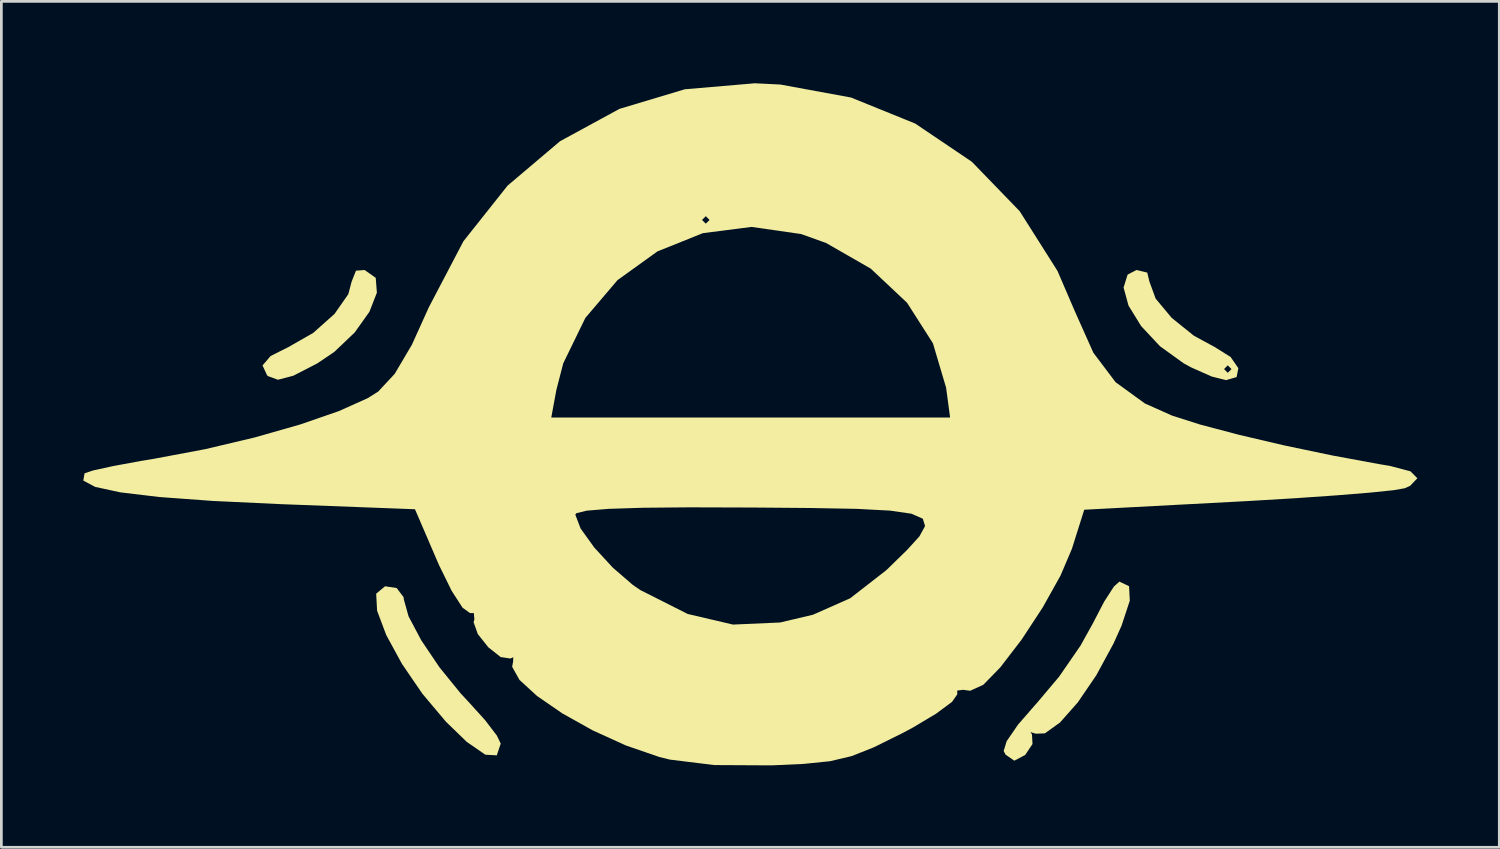
<source format=kicad_pcb>
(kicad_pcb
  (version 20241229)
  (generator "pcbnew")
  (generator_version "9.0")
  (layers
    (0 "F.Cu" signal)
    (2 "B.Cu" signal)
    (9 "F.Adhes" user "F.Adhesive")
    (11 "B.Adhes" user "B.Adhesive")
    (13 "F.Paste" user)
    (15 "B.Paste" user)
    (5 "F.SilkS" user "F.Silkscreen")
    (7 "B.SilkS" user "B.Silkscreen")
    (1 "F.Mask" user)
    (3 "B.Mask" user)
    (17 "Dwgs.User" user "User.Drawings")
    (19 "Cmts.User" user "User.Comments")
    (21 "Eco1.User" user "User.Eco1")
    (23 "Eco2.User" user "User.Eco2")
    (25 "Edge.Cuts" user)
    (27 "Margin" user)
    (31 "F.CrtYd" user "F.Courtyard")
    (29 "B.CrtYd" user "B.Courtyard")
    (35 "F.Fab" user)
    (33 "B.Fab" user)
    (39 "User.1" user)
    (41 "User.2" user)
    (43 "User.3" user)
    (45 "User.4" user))
  (footprint "logo_blackhole"
    (layer "F.Cu")
    (at 26.215 13.882)
    (property "Reference" "logo_blackhole" (at 0 0 0) (layer "F.SilkS") (effects (font (size 1.524 1.524) (thickness 0.3))))
    (attr board_only exclude_from_pos_files exclude_from_bom)
    (fp_poly (pts (xy -15.503 -6.755) (xy -15.461 -6.212) (xy -15.734 -5.513) (xy -16.272 -4.756) (xy -17.023 -4.041) (xy -17.642 -3.623) (xy -18.522 -3.17) (xy -19.086 -3.023) (xy -19.448 -3.155) (xy -19.482 -3.186) (xy -19.65 -3.546) (xy -19.355 -3.892) (xy -18.708 -4.216) (xy -17.792 -4.74) (xy -17.013 -5.434) (xy -16.507 -6.158) (xy -16.387 -6.615) (xy -16.227 -7.018) (xy -15.909 -7.042)) (stroke (width 0) (type solid)) (fill yes) (layer "F.SilkS"))
    (fp_poly (pts (xy -14.736 4.606) (xy -14.482 4.942) (xy -14.475 5.018) (xy -14.301 5.642) (xy -13.837 6.518) (xy -13.172 7.505) (xy -12.396 8.461) (xy -12.128 8.749) (xy -11.499 9.443) (xy -11.064 10.013) (xy -10.925 10.303) (xy -11.069 10.734) (xy -11.49 10.71) (xy -12.169 10.241) (xy -12.932 9.502) (xy -13.793 8.479) (xy -14.543 7.383) (xy -15.117 6.33) (xy -15.453 5.439) (xy -15.486 4.827) (xy -15.479 4.805) (xy -15.161 4.541)) (stroke (width 0) (type solid)) (fill yes) (layer "F.SilkS"))
    (fp_poly (pts (xy 12.755 -6.948) (xy 12.837 -6.612) (xy 13.063 -5.994) (xy 13.651 -5.289) (xy 14.464 -4.635) (xy 15.216 -4.227) (xy 15.807 -3.858) (xy 16.092 -3.446) (xy 16.028 -3.121) (xy 15.636 -3.009) (xy 15.113 -3.142) (xy 14.501 -3.414) (xy 15.568 -3.414) (xy 15.704 -3.277) (xy 15.841 -3.414) (xy 15.704 -3.551) (xy 15.568 -3.414) (xy 14.501 -3.414) (xy 14.373 -3.471) (xy 14.091 -3.623) (xy 13.221 -4.251) (xy 12.531 -4.989) (xy 12.069 -5.738) (xy 11.888 -6.4) (xy 12.036 -6.875) (xy 12.359 -7.042)) (stroke (width 0) (type solid)) (fill yes) (layer "F.SilkS"))
    (fp_poly (pts (xy 12.089 4.54) (xy 12.116 5.068) (xy 11.814 5.985) (xy 11.523 6.632) (xy 10.891 7.798) (xy 10.213 8.792) (xy 9.56 9.531) (xy 9.005 9.929) (xy 8.672 9.941) (xy 8.477 9.882) (xy 8.533 9.968) (xy 8.552 10.319) (xy 8.284 10.72) (xy 7.898 10.924) (xy 7.878 10.925) (xy 7.567 10.71) (xy 7.496 10.574) (xy 7.605 10.217) (xy 8.021 9.61) (xy 8.655 8.881) (xy 8.693 8.841) (xy 9.526 7.853) (xy 10.309 6.718) (xy 10.756 5.914) (xy 11.174 5.11) (xy 11.534 4.551) (xy 11.736 4.37)) (stroke (width 0) (type solid)) (fill yes) (layer "F.SilkS"))
    (fp_poly (pts (xy -0.683 -13.836) (xy 1.905 -13.36) (xy 4.257 -12.406) (xy 6.331 -11.007) (xy 8.082 -9.198) (xy 9.467 -7.01) (xy 10.111 -5.514) (xy 10.781 -4.013) (xy 11.595 -2.934) (xy 12.669 -2.154) (xy 13.669 -1.708) (xy 14.69 -1.383) (xy 16.103 -1.009) (xy 17.764 -0.62) (xy 19.526 -0.251) (xy 21.242 0.066) (xy 21.645 0.133) (xy 22.396 0.331) (xy 22.649 0.585) (xy 22.383 0.863) (xy 22.191 0.95) (xy 21.782 1.022) (xy 20.918 1.111) (xy 19.687 1.211) (xy 18.18 1.316) (xy 16.486 1.417) (xy 16.08 1.439) (xy 10.447 1.738) (xy 9.995 3.171) (xy 9.579 4.149) (xy 8.926 5.317) (xy 8.152 6.497) (xy 7.372 7.513) (xy 6.751 8.149) (xy 6.269 8.369) (xy 6.014 8.333) (xy 5.795 8.361) (xy 5.797 8.5) (xy 5.604 8.776) (xy 5.02 9.209) (xy 4.15 9.728) (xy 3.775 9.927) (xy 2.747 10.436) (xy 1.932 10.761) (xy 1.135 10.949) (xy 0.159 11.048) (xy -1.004 11.101) (xy -3.106 11.09) (xy -4.727 10.89) (xy -5.121 10.793) (xy -6.343 10.371) (xy -7.557 9.819) (xy -8.671 9.196) (xy -9.595 8.56) (xy -10.237 7.972) (xy -10.507 7.49) (xy -10.472 7.304) (xy -10.465 7.141) (xy -10.57 7.187) (xy -10.928 7.134) (xy -11.38 6.776) (xy -11.765 6.291) (xy -11.919 5.856) (xy -11.889 5.749) (xy -11.911 5.523) (xy -12.05 5.524) (xy -12.324 5.325) (xy -12.721 4.711) (xy -13.178 3.78) (xy -13.231 3.66) (xy -13.981 1.916) (xy -8.194 1.916) (xy -7.999 2.426) (xy -7.498 3.123) (xy -6.818 3.861) (xy -6.085 4.493) (xy -5.807 4.683) (xy -4.076 5.556) (xy -2.418 5.944) (xy -0.694 5.868) (xy 0.514 5.583) (xy 1.875 4.98) (xy 3.19 3.958) (xy 3.295 3.858) (xy 3.955 3.214) (xy 4.41 2.714) (xy 4.617 2.337) (xy 4.535 2.067) (xy 4.12 1.884) (xy 3.33 1.77) (xy 2.122 1.706) (xy 0.454 1.675) (xy -1.716 1.657) (xy -1.775 1.657) (xy -4.014 1.65) (xy -5.739 1.666) (xy -6.983 1.706) (xy -7.776 1.772) (xy -8.152 1.864) (xy -8.194 1.916) (xy -13.981 1.916) (xy -14.066 1.72) (xy -18.982 1.533) (xy -21.468 1.416) (xy -23.421 1.273) (xy -24.854 1.102) (xy -25.781 0.901) (xy -26.215 0.669) (xy -26.167 0.403) (xy -26.167 0.403) (xy -25.85 0.298) (xy -25.123 0.139) (xy -24.116 -0.047) (xy -23.587 -0.135) (xy -21.751 -0.48) (xy -19.942 -0.908) (xy -18.272 -1.384) (xy -17.535 -1.639) (xy -9.074 -1.639) (xy 5.534 -1.639) (xy 5.388 -2.731) (xy 4.905 -4.359) (xy 3.959 -5.841) (xy 2.628 -7.093) (xy 0.992 -8.032) (xy 0.076 -8.36) (xy -1.74 -8.621) (xy -3.521 -8.392) (xy -5.185 -7.724) (xy -6.647 -6.672) (xy -7.825 -5.288) (xy -8.635 -3.625) (xy -8.884 -2.663) (xy -9.074 -1.639) (xy -17.535 -1.639) (xy -16.856 -1.874) (xy -15.804 -2.345) (xy -15.414 -2.589) (xy -14.808 -3.24) (xy -14.176 -4.311) (xy -13.559 -5.676) (xy -12.291 -8.096) (xy -11.672 -8.876) (xy -3.551 -8.876) (xy -3.414 -8.74) (xy -3.277 -8.876) (xy -3.414 -9.013) (xy -3.551 -8.876) (xy -11.672 -8.876) (xy -10.674 -10.133) (xy -8.754 -11.759) (xy -6.575 -12.945) (xy -4.181 -13.662) (xy -1.619 -13.882)) (stroke (width 0) (type solid)) (fill yes) (layer "F.SilkS")))
  (gr_rect
    (start -3 -3)
    (end 51.864 27.983)
    (stroke (width 0.1) (type default))
    (fill no)
    (layer "Edge.Cuts")))
</source>
